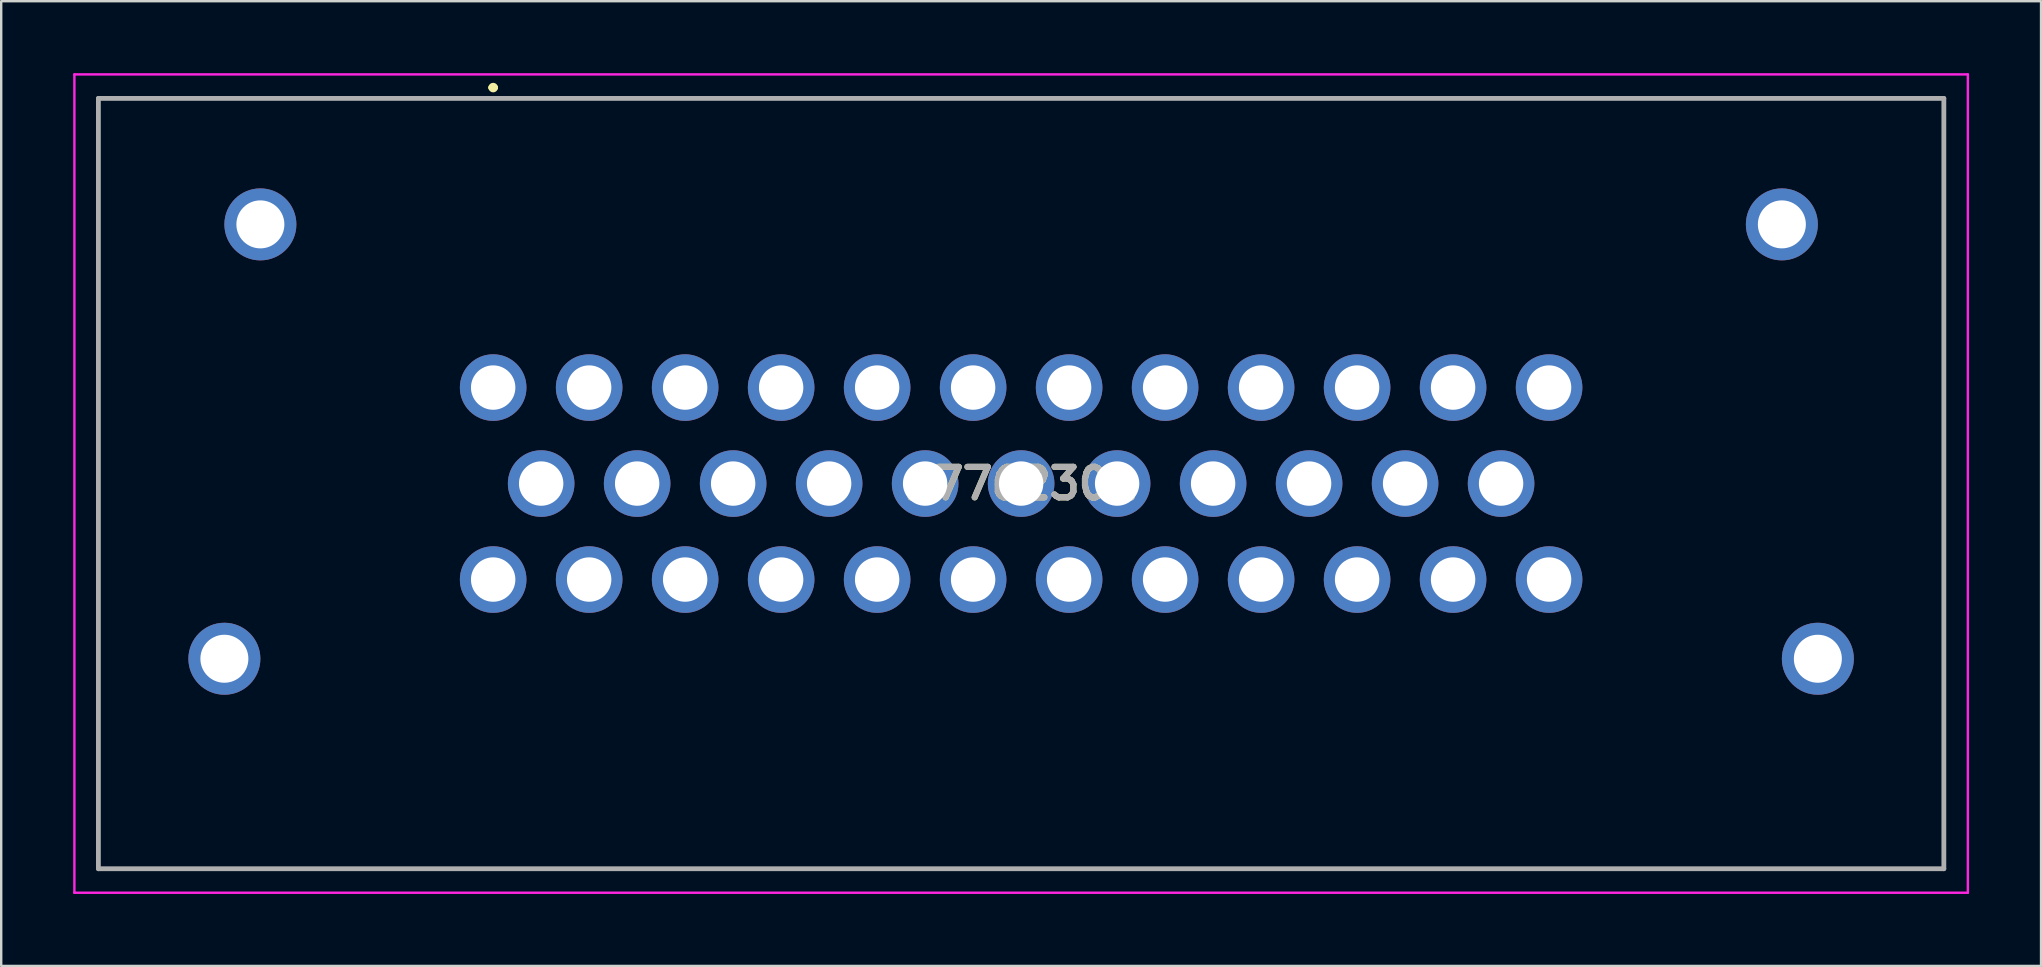
<source format=kicad_pcb>
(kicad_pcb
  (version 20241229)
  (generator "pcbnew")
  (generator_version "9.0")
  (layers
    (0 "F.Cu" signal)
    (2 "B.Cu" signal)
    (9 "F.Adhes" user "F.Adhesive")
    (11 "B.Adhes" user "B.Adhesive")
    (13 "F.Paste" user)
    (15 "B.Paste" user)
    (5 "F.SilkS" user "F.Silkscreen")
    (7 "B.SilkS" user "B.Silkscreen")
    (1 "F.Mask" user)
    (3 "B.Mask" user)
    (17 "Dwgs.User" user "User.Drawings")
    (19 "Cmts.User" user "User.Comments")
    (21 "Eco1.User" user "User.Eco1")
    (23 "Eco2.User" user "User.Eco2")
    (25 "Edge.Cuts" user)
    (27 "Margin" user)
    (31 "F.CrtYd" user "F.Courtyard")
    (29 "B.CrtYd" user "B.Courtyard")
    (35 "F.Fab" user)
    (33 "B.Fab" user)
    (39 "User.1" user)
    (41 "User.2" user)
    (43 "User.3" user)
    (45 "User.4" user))
  (footprint "17762301"
    (layer "F.Cu")
    (at 17.5 13.1)
    (property "Reference" "17762301" (at 22 4 0) (layer "F.SilkS") (effects (font (size 1.27 1.27) (thickness 0.254))))
    (attr through_hole)
    (fp_line (start -16.45 -12.05) (end 60.45 -12.05) (stroke (width 0.1) (type solid)) (layer "F.SilkS"))
    (fp_line (start -16.45 20.05) (end -16.45 -12.05) (stroke (width 0.1) (type solid)) (layer "F.SilkS"))
    (fp_line (start -0.1 -12.5) (end -0.1 -12.5) (stroke (width 0.2) (type solid)) (layer "F.SilkS"))
    (fp_line (start 0.1 -12.5) (end 0.1 -12.5) (stroke (width 0.2) (type solid)) (layer "F.SilkS"))
    (fp_line (start 60.45 -12.05) (end 60.45 20.05) (stroke (width 0.1) (type solid)) (layer "F.SilkS"))
    (fp_line (start 60.45 20.05) (end -16.45 20.05) (stroke (width 0.1) (type solid)) (layer "F.SilkS"))
    (fp_arc (start -0.1 -12.5) (mid 0 -12.6) (end 0.1 -12.5) (stroke (width 0.2) (type solid)) (layer "F.SilkS"))
    (fp_arc (start 0.1 -12.5) (mid 0 -12.4) (end -0.1 -12.5) (stroke (width 0.2) (type solid)) (layer "F.SilkS"))
    (fp_line (start -17.45 -13.05) (end 61.45 -13.05) (stroke (width 0.1) (type solid)) (layer "F.CrtYd"))
    (fp_line (start -17.45 21.05) (end -17.45 -13.05) (stroke (width 0.1) (type solid)) (layer "F.CrtYd"))
    (fp_line (start 61.45 -13.05) (end 61.45 21.05) (stroke (width 0.1) (type solid)) (layer "F.CrtYd"))
    (fp_line (start 61.45 21.05) (end -17.45 21.05) (stroke (width 0.1) (type solid)) (layer "F.CrtYd"))
    (fp_line (start -16.45 -12.05) (end 60.45 -12.05) (stroke (width 0.2) (type solid)) (layer "F.Fab"))
    (fp_line (start -16.45 20.05) (end -16.45 -12.05) (stroke (width 0.2) (type solid)) (layer "F.Fab"))
    (fp_line (start 60.45 -12.05) (end 60.45 20.05) (stroke (width 0.2) (type solid)) (layer "F.Fab"))
    (fp_line (start 60.45 20.05) (end -16.45 20.05) (stroke (width 0.2) (type solid)) (layer "F.Fab"))
    (fp_text user "${REFERENCE}" (at 22 4 0) (layer "F.Fab") (effects (font (size 1.27 1.27) (thickness 0.254))))
    (pad "1" thru_hole circle (at 0 0) (size 2.775 2.775) (drill 1.85) (layers "*.Cu" "*.Mask"))
    (pad "2" thru_hole circle (at 4 0) (size 2.775 2.775) (drill 1.85) (layers "*.Cu" "*.Mask"))
    (pad "3" thru_hole circle (at 8 0) (size 2.775 2.775) (drill 1.85) (layers "*.Cu" "*.Mask"))
    (pad "4" thru_hole circle (at 12 0) (size 2.775 2.775) (drill 1.85) (layers "*.Cu" "*.Mask"))
    (pad "5" thru_hole circle (at 16 0) (size 2.775 2.775) (drill 1.85) (layers "*.Cu" "*.Mask"))
    (pad "6" thru_hole circle (at 20 0) (size 2.775 2.775) (drill 1.85) (layers "*.Cu" "*.Mask"))
    (pad "7" thru_hole circle (at 24 0) (size 2.775 2.775) (drill 1.85) (layers "*.Cu" "*.Mask"))
    (pad "8" thru_hole circle (at 28 0) (size 2.775 2.775) (drill 1.85) (layers "*.Cu" "*.Mask"))
    (pad "9" thru_hole circle (at 32 0) (size 2.775 2.775) (drill 1.85) (layers "*.Cu" "*.Mask"))
    (pad "10" thru_hole circle (at 36 0) (size 2.775 2.775) (drill 1.85) (layers "*.Cu" "*.Mask"))
    (pad "11" thru_hole circle (at 40 0) (size 2.775 2.775) (drill 1.85) (layers "*.Cu" "*.Mask"))
    (pad "12" thru_hole circle (at 44 0) (size 2.775 2.775) (drill 1.85) (layers "*.Cu" "*.Mask"))
    (pad "13" thru_hole circle (at 2 4) (size 2.775 2.775) (drill 1.85) (layers "*.Cu" "*.Mask"))
    (pad "14" thru_hole circle (at 6 4) (size 2.775 2.775) (drill 1.85) (layers "*.Cu" "*.Mask"))
    (pad "15" thru_hole circle (at 10 4) (size 2.775 2.775) (drill 1.85) (layers "*.Cu" "*.Mask"))
    (pad "16" thru_hole circle (at 14 4) (size 2.775 2.775) (drill 1.85) (layers "*.Cu" "*.Mask"))
    (pad "17" thru_hole circle (at 18 4) (size 2.775 2.775) (drill 1.85) (layers "*.Cu" "*.Mask"))
    (pad "18" thru_hole circle (at 22 4) (size 2.775 2.775) (drill 1.85) (layers "*.Cu" "*.Mask"))
    (pad "19" thru_hole circle (at 26 4) (size 2.775 2.775) (drill 1.85) (layers "*.Cu" "*.Mask"))
    (pad "20" thru_hole circle (at 30 4) (size 2.775 2.775) (drill 1.85) (layers "*.Cu" "*.Mask"))
    (pad "21" thru_hole circle (at 34 4) (size 2.775 2.775) (drill 1.85) (layers "*.Cu" "*.Mask"))
    (pad "22" thru_hole circle (at 38 4) (size 2.775 2.775) (drill 1.85) (layers "*.Cu" "*.Mask"))
    (pad "23" thru_hole circle (at 42 4) (size 2.775 2.775) (drill 1.85) (layers "*.Cu" "*.Mask"))
    (pad "24" thru_hole circle (at 0 8) (size 2.775 2.775) (drill 1.85) (layers "*.Cu" "*.Mask"))
    (pad "25" thru_hole circle (at 4 8) (size 2.775 2.775) (drill 1.85) (layers "*.Cu" "*.Mask"))
    (pad "26" thru_hole circle (at 8 8) (size 2.775 2.775) (drill 1.85) (layers "*.Cu" "*.Mask"))
    (pad "27" thru_hole circle (at 12 8) (size 2.775 2.775) (drill 1.85) (layers "*.Cu" "*.Mask"))
    (pad "28" thru_hole circle (at 16 8) (size 2.775 2.775) (drill 1.85) (layers "*.Cu" "*.Mask"))
    (pad "29" thru_hole circle (at 20 8) (size 2.775 2.775) (drill 1.85) (layers "*.Cu" "*.Mask"))
    (pad "30" thru_hole circle (at 24 8) (size 2.775 2.775) (drill 1.85) (layers "*.Cu" "*.Mask"))
    (pad "31" thru_hole circle (at 28 8) (size 2.775 2.775) (drill 1.85) (layers "*.Cu" "*.Mask"))
    (pad "32" thru_hole circle (at 32 8) (size 2.775 2.775) (drill 1.85) (layers "*.Cu" "*.Mask"))
    (pad "33" thru_hole circle (at 36 8) (size 2.775 2.775) (drill 1.85) (layers "*.Cu" "*.Mask"))
    (pad "34" thru_hole circle (at 40 8) (size 2.775 2.775) (drill 1.85) (layers "*.Cu" "*.Mask"))
    (pad "35" thru_hole circle (at 44 8) (size 2.775 2.775) (drill 1.85) (layers "*.Cu" "*.Mask"))
    (pad "MH1" thru_hole circle (at -9.7 -6.8) (size 3 3) (drill 2) (layers "*.Cu" "*.Mask"))
    (pad "MH2" thru_hole circle (at -11.2 11.3) (size 3 3) (drill 2) (layers "*.Cu" "*.Mask"))
    (pad "MH3" thru_hole circle (at 53.7 -6.8) (size 3 3) (drill 2) (layers "*.Cu" "*.Mask"))
    (pad "MH4" thru_hole circle (at 55.2 11.3) (size 3 3) (drill 2) (layers "*.Cu" "*.Mask")))
  (gr_rect
    (start -3 -3)
    (end 82 37.2)
    (stroke (width 0.1) (type default))
    (fill no)
    (layer "Edge.Cuts")))
</source>
